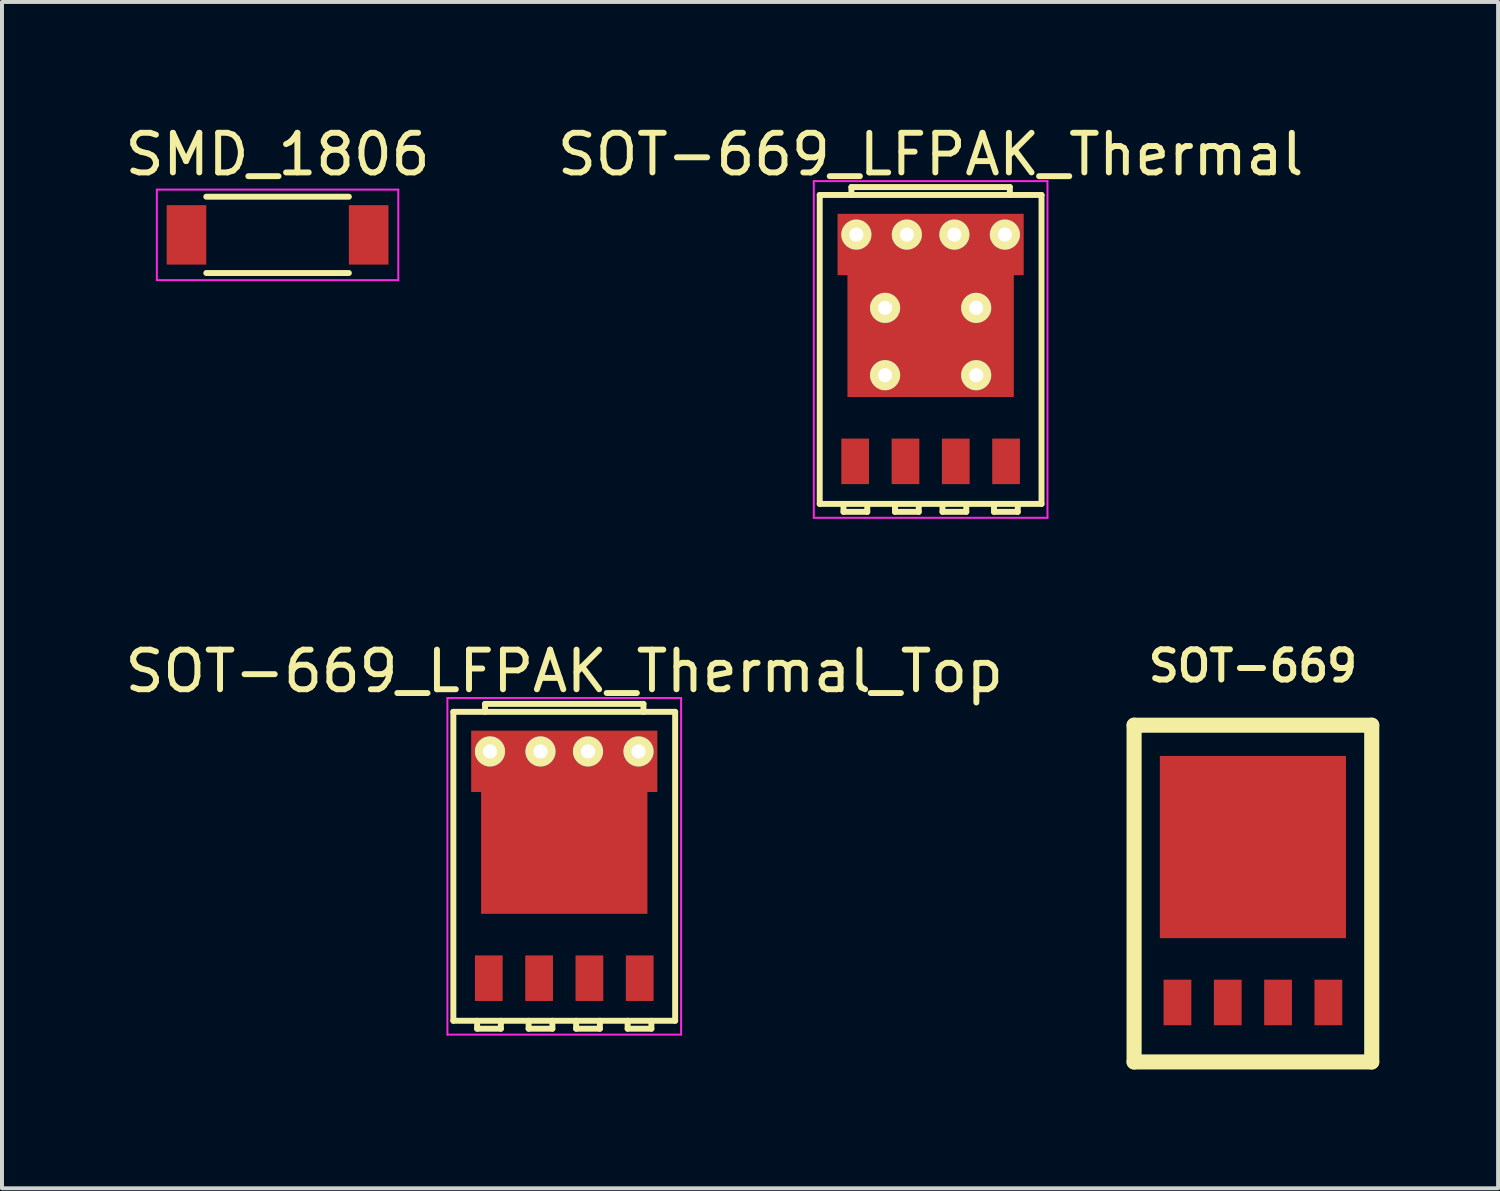
<source format=kicad_pcb>
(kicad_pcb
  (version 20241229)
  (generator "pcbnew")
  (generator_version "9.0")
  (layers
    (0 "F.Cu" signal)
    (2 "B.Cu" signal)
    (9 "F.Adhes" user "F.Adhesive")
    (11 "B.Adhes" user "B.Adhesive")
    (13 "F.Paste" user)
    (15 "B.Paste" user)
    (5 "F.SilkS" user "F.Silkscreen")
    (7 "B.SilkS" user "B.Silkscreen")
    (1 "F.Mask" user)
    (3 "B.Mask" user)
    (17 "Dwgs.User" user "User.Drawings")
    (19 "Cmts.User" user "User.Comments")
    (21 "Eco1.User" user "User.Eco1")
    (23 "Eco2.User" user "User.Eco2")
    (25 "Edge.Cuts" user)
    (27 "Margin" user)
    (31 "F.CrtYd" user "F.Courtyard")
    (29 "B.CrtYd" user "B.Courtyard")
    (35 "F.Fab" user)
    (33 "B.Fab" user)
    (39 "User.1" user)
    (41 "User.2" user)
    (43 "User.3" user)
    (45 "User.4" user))
  (footprint "SOT-669"
    (layer "F.Cu")
    (at 28.583 22.26)
    (property "Reference" "SOT-669" (at 0 -8.499 0) (layer "F.SilkS") (effects (font (size 0.762 0.762) (thickness 0.152))))
    (attr smd)
    (fp_line (start -3 -7) (end -3 1.501) (stroke (width 0.381) (type solid)) (layer "F.SilkS"))
    (fp_line (start -3 1.501) (end 3 1.501) (stroke (width 0.381) (type solid)) (layer "F.SilkS"))
    (fp_line (start 3 -7) (end -3 -7) (stroke (width 0.381) (type solid)) (layer "F.SilkS"))
    (fp_line (start 3 1.501) (end 3 -7) (stroke (width 0.381) (type solid)) (layer "F.SilkS"))
    (pad "1" smd rect (at -1.905 0) (size 0.701 1.151) (layers "F.Cu" "F.Mask" "F.Paste"))
    (pad "2" smd rect (at -0.635 0) (size 0.701 1.151) (layers "F.Cu" "F.Mask" "F.Paste"))
    (pad "3" smd rect (at 0.635 0) (size 0.701 1.151) (layers "F.Cu" "F.Mask" "F.Paste"))
    (pad "4" smd rect (at 1.905 0) (size 0.701 1.151) (layers "F.Cu" "F.Mask" "F.Paste"))
    (pad "5" smd rect (at 0 -3.924) (size 4.699 4.6) (layers "F.Cu" "F.Mask" "F.Paste")))
  (footprint "SMD_1806"
    (layer "F.Cu")
    (at 3.958 2.88)
    (property "Reference" "SMD_1806" (at 0 -2.032 0) (layer "F.SilkS") (effects (font (size 1 1) (thickness 0.15))))
    (attr smd)
    (fp_line (start -1.8 0.963) (end 1.8 0.963) (stroke (width 0.15) (type solid)) (layer "F.SilkS"))
    (fp_line (start 1.8 -0.963) (end -1.8 -0.963) (stroke (width 0.15) (type solid)) (layer "F.SilkS"))
    (fp_line (start -3.048 -1.143) (end 3.048 -1.143) (stroke (width 0.05) (type solid)) (layer "F.CrtYd"))
    (fp_line (start -3.048 1.143) (end -3.048 -1.143) (stroke (width 0.05) (type solid)) (layer "F.CrtYd"))
    (fp_line (start 3.048 -1.143) (end 3.048 1.143) (stroke (width 0.05) (type solid)) (layer "F.CrtYd"))
    (fp_line (start 3.048 1.143) (end -3.048 1.143) (stroke (width 0.05) (type solid)) (layer "F.CrtYd"))
    (pad "1" smd rect (at -2.3 0) (size 1 1.5) (layers "F.Cu" "F.Mask" "F.Paste"))
    (pad "2" smd rect (at 2.3 0) (size 1 1.5) (layers "F.Cu" "F.Mask" "F.Paste")))
  (footprint "SOT-669_LFPAK_Thermal"
    (layer "F.Cu")
    (at 20.446 5.773)
    (property "Reference" "SOT-669_LFPAK_Thermal" (at 0 -4.925 0) (layer "F.SilkS") (effects (font (size 1 1) (thickness 0.15))))
    (attr through_hole)
    (fp_line (start -2.8 -3.9) (end 2.8 -3.9) (stroke (width 0.15) (type solid)) (layer "F.SilkS"))
    (fp_line (start -2.8 3.9) (end -2.8 -3.9) (stroke (width 0.15) (type solid)) (layer "F.SilkS"))
    (fp_line (start -2.2 3.9) (end -2.2 4.1) (stroke (width 0.15) (type solid)) (layer "F.SilkS"))
    (fp_line (start -2.2 4.1) (end -1.6 4.1) (stroke (width 0.15) (type solid)) (layer "F.SilkS"))
    (fp_line (start -2 -4.1) (end 2 -4.1) (stroke (width 0.15) (type solid)) (layer "F.SilkS"))
    (fp_line (start -2 -3.9) (end -2 -4.1) (stroke (width 0.15) (type solid)) (layer "F.SilkS"))
    (fp_line (start -1.6 4.1) (end -1.6 3.9) (stroke (width 0.15) (type solid)) (layer "F.SilkS"))
    (fp_line (start -0.9 3.9) (end -0.9 4.1) (stroke (width 0.15) (type solid)) (layer "F.SilkS"))
    (fp_line (start -0.9 4.1) (end -0.3 4.1) (stroke (width 0.15) (type solid)) (layer "F.SilkS"))
    (fp_line (start -0.3 4.1) (end -0.3 3.9) (stroke (width 0.15) (type solid)) (layer "F.SilkS"))
    (fp_line (start 0.3 3.9) (end 0.3 4.1) (stroke (width 0.15) (type solid)) (layer "F.SilkS"))
    (fp_line (start 0.3 4.1) (end 0.9 4.1) (stroke (width 0.15) (type solid)) (layer "F.SilkS"))
    (fp_line (start 0.9 4.1) (end 0.9 3.9) (stroke (width 0.15) (type solid)) (layer "F.SilkS"))
    (fp_line (start 1.6 3.9) (end 1.6 4.1) (stroke (width 0.15) (type solid)) (layer "F.SilkS"))
    (fp_line (start 1.6 4.1) (end 2.2 4.1) (stroke (width 0.15) (type solid)) (layer "F.SilkS"))
    (fp_line (start 2 -4.1) (end 2 -3.9) (stroke (width 0.15) (type solid)) (layer "F.SilkS"))
    (fp_line (start 2.2 4.1) (end 2.2 3.9) (stroke (width 0.15) (type solid)) (layer "F.SilkS"))
    (fp_line (start 2.8 -3.9) (end 2.8 3.9) (stroke (width 0.15) (type solid)) (layer "F.SilkS"))
    (fp_line (start 2.8 3.9) (end -2.8 3.9) (stroke (width 0.15) (type solid)) (layer "F.SilkS"))
    (fp_line (start -2.95 -4.25) (end 2.95 -4.25) (stroke (width 0.05) (type solid)) (layer "F.CrtYd"))
    (fp_line (start -2.95 4.25) (end -2.95 -4.25) (stroke (width 0.05) (type solid)) (layer "F.CrtYd"))
    (fp_line (start -2.95 4.25) (end 2.95 4.25) (stroke (width 0.05) (type solid)) (layer "F.CrtYd"))
    (fp_line (start 2.95 -4.25) (end 2.95 4.25) (stroke (width 0.05) (type solid)) (layer "F.CrtYd"))
    (pad "1" smd rect (at -1.905 2.825) (size 0.7 1.15) (layers "F.Cu" "F.Mask" "F.Paste"))
    (pad "1" smd rect (at -0.635 2.825) (size 0.7 1.15) (layers "F.Cu" "F.Mask" "F.Paste"))
    (pad "1" smd rect (at 0.635 2.825) (size 0.7 1.15) (layers "F.Cu" "F.Mask" "F.Paste"))
    (pad "4" smd rect (at 1.905 2.825) (size 0.7 1.15) (layers "F.Cu" "F.Mask" "F.Paste"))
    (pad "5" thru_hole circle (at -1.875 -2.9) (size 0.762 0.762) (drill 0.356) (layers "*.Cu" "*.Mask" "F.SilkS"))
    (pad "5" thru_hole circle (at -1.15 -1.05 90) (size 0.762 0.762) (drill 0.356) (layers "*.Cu" "*.Mask" "F.SilkS"))
    (pad "5" thru_hole circle (at -1.15 0.65 90) (size 0.762 0.762) (drill 0.356) (layers "*.Cu" "*.Mask" "F.SilkS"))
    (pad "5" thru_hole circle (at -0.6 -2.9) (size 0.762 0.762) (drill 0.356) (layers "*.Cu" "*.Mask" "F.SilkS"))
    (pad "5" smd rect (at 0 -2.65) (size 4.7 1.55) (layers "F.Cu" "F.Mask"))
    (pad "5" smd rect (at 0 -0.45) (size 4.2 3.3) (layers "F.Cu" "F.Mask" "F.Paste"))
    (pad "5" thru_hole circle (at 0.6 -2.9) (size 0.762 0.762) (drill 0.356) (layers "*.Cu" "*.Mask" "F.SilkS"))
    (pad "5" thru_hole circle (at 1.15 -1.05 90) (size 0.762 0.762) (drill 0.356) (layers "*.Cu" "*.Mask" "F.SilkS"))
    (pad "5" thru_hole circle (at 1.15 0.65 90) (size 0.762 0.762) (drill 0.356) (layers "*.Cu" "*.Mask" "F.SilkS"))
    (pad "5" thru_hole circle (at 1.875 -2.9) (size 0.762 0.762) (drill 0.356) (layers "*.Cu" "*.Mask" "F.SilkS")))
  (footprint "SOT-669_LFPAK_Thermal_Top"
    (layer "F.Cu")
    (at 11.196 18.822)
    (property "Reference" "SOT-669_LFPAK_Thermal_Top" (at 0 -4.925 0) (layer "F.SilkS") (effects (font (size 1 1) (thickness 0.15))))
    (attr through_hole)
    (fp_line (start -2.8 -3.9) (end 2.8 -3.9) (stroke (width 0.15) (type solid)) (layer "F.SilkS"))
    (fp_line (start -2.8 3.9) (end -2.8 -3.9) (stroke (width 0.15) (type solid)) (layer "F.SilkS"))
    (fp_line (start -2.2 3.9) (end -2.2 4.1) (stroke (width 0.15) (type solid)) (layer "F.SilkS"))
    (fp_line (start -2.2 4.1) (end -1.6 4.1) (stroke (width 0.15) (type solid)) (layer "F.SilkS"))
    (fp_line (start -2 -4.1) (end 2 -4.1) (stroke (width 0.15) (type solid)) (layer "F.SilkS"))
    (fp_line (start -2 -3.9) (end -2 -4.1) (stroke (width 0.15) (type solid)) (layer "F.SilkS"))
    (fp_line (start -1.6 4.1) (end -1.6 3.9) (stroke (width 0.15) (type solid)) (layer "F.SilkS"))
    (fp_line (start -0.9 3.9) (end -0.9 4.1) (stroke (width 0.15) (type solid)) (layer "F.SilkS"))
    (fp_line (start -0.9 4.1) (end -0.3 4.1) (stroke (width 0.15) (type solid)) (layer "F.SilkS"))
    (fp_line (start -0.3 4.1) (end -0.3 3.9) (stroke (width 0.15) (type solid)) (layer "F.SilkS"))
    (fp_line (start 0.3 3.9) (end 0.3 4.1) (stroke (width 0.15) (type solid)) (layer "F.SilkS"))
    (fp_line (start 0.3 4.1) (end 0.9 4.1) (stroke (width 0.15) (type solid)) (layer "F.SilkS"))
    (fp_line (start 0.9 4.1) (end 0.9 3.9) (stroke (width 0.15) (type solid)) (layer "F.SilkS"))
    (fp_line (start 1.6 3.9) (end 1.6 4.1) (stroke (width 0.15) (type solid)) (layer "F.SilkS"))
    (fp_line (start 1.6 4.1) (end 2.2 4.1) (stroke (width 0.15) (type solid)) (layer "F.SilkS"))
    (fp_line (start 2 -4.1) (end 2 -3.9) (stroke (width 0.15) (type solid)) (layer "F.SilkS"))
    (fp_line (start 2.2 4.1) (end 2.2 3.9) (stroke (width 0.15) (type solid)) (layer "F.SilkS"))
    (fp_line (start 2.8 -3.9) (end 2.8 3.9) (stroke (width 0.15) (type solid)) (layer "F.SilkS"))
    (fp_line (start 2.8 3.9) (end -2.8 3.9) (stroke (width 0.15) (type solid)) (layer "F.SilkS"))
    (fp_line (start -2.95 -4.25) (end 2.95 -4.25) (stroke (width 0.05) (type solid)) (layer "F.CrtYd"))
    (fp_line (start -2.95 4.25) (end -2.95 -4.25) (stroke (width 0.05) (type solid)) (layer "F.CrtYd"))
    (fp_line (start -2.95 4.25) (end 2.95 4.25) (stroke (width 0.05) (type solid)) (layer "F.CrtYd"))
    (fp_line (start 2.95 -4.25) (end 2.95 4.25) (stroke (width 0.05) (type solid)) (layer "F.CrtYd"))
    (pad "" smd rect (at -1.15 -1.05 90) (size 0.6 0.9) (layers "F.Paste"))
    (pad "" smd rect (at -1.15 -0.2 90) (size 0.6 0.9) (layers "F.Paste"))
    (pad "" smd rect (at -1.15 0.65 90) (size 0.6 0.9) (layers "F.Paste"))
    (pad "" smd rect (at 0 -1.05 90) (size 0.6 0.9) (layers "F.Paste"))
    (pad "" smd rect (at 0 -0.2 90) (size 0.6 0.9) (layers "F.Paste"))
    (pad "" smd rect (at 0 0.65 90) (size 0.6 0.9) (layers "F.Paste"))
    (pad "" smd rect (at 1.15 -1.05 90) (size 0.6 0.9) (layers "F.Paste"))
    (pad "" smd rect (at 1.15 -0.2 90) (size 0.6 0.9) (layers "F.Paste"))
    (pad "" smd rect (at 1.15 0.65 90) (size 0.6 0.9) (layers "F.Paste"))
    (pad "1" smd rect (at -1.905 2.825) (size 0.7 1.15) (layers "F.Cu" "F.Mask" "F.Paste"))
    (pad "1" smd rect (at -0.635 2.825) (size 0.7 1.15) (layers "F.Cu" "F.Mask" "F.Paste"))
    (pad "1" smd rect (at 0.635 2.825) (size 0.7 1.15) (layers "F.Cu" "F.Mask" "F.Paste"))
    (pad "4" smd rect (at 1.905 2.825) (size 0.7 1.15) (layers "F.Cu" "F.Mask" "F.Paste"))
    (pad "5" thru_hole circle (at -1.875 -2.9) (size 0.762 0.762) (drill 0.356) (layers "*.Cu" "*.Mask" "F.SilkS"))
    (pad "5" thru_hole circle (at -0.6 -2.9) (size 0.762 0.762) (drill 0.356) (layers "*.Cu" "*.Mask" "F.SilkS"))
    (pad "5" smd rect (at 0 -2.65) (size 4.7 1.55) (layers "F.Cu" "F.Mask"))
    (pad "5" smd rect (at 0 -0.45) (size 4.2 3.3) (layers "F.Cu" "F.Mask"))
    (pad "5" thru_hole circle (at 0.6 -2.9) (size 0.762 0.762) (drill 0.356) (layers "*.Cu" "*.Mask" "F.SilkS"))
    (pad "5" thru_hole circle (at 1.875 -2.9) (size 0.762 0.762) (drill 0.356) (layers "*.Cu" "*.Mask" "F.SilkS")))
  (gr_rect
    (start -3 -3)
    (end 34.773 26.952)
    (stroke (width 0.1) (type default))
    (fill no)
    (layer "Edge.Cuts")))
</source>
